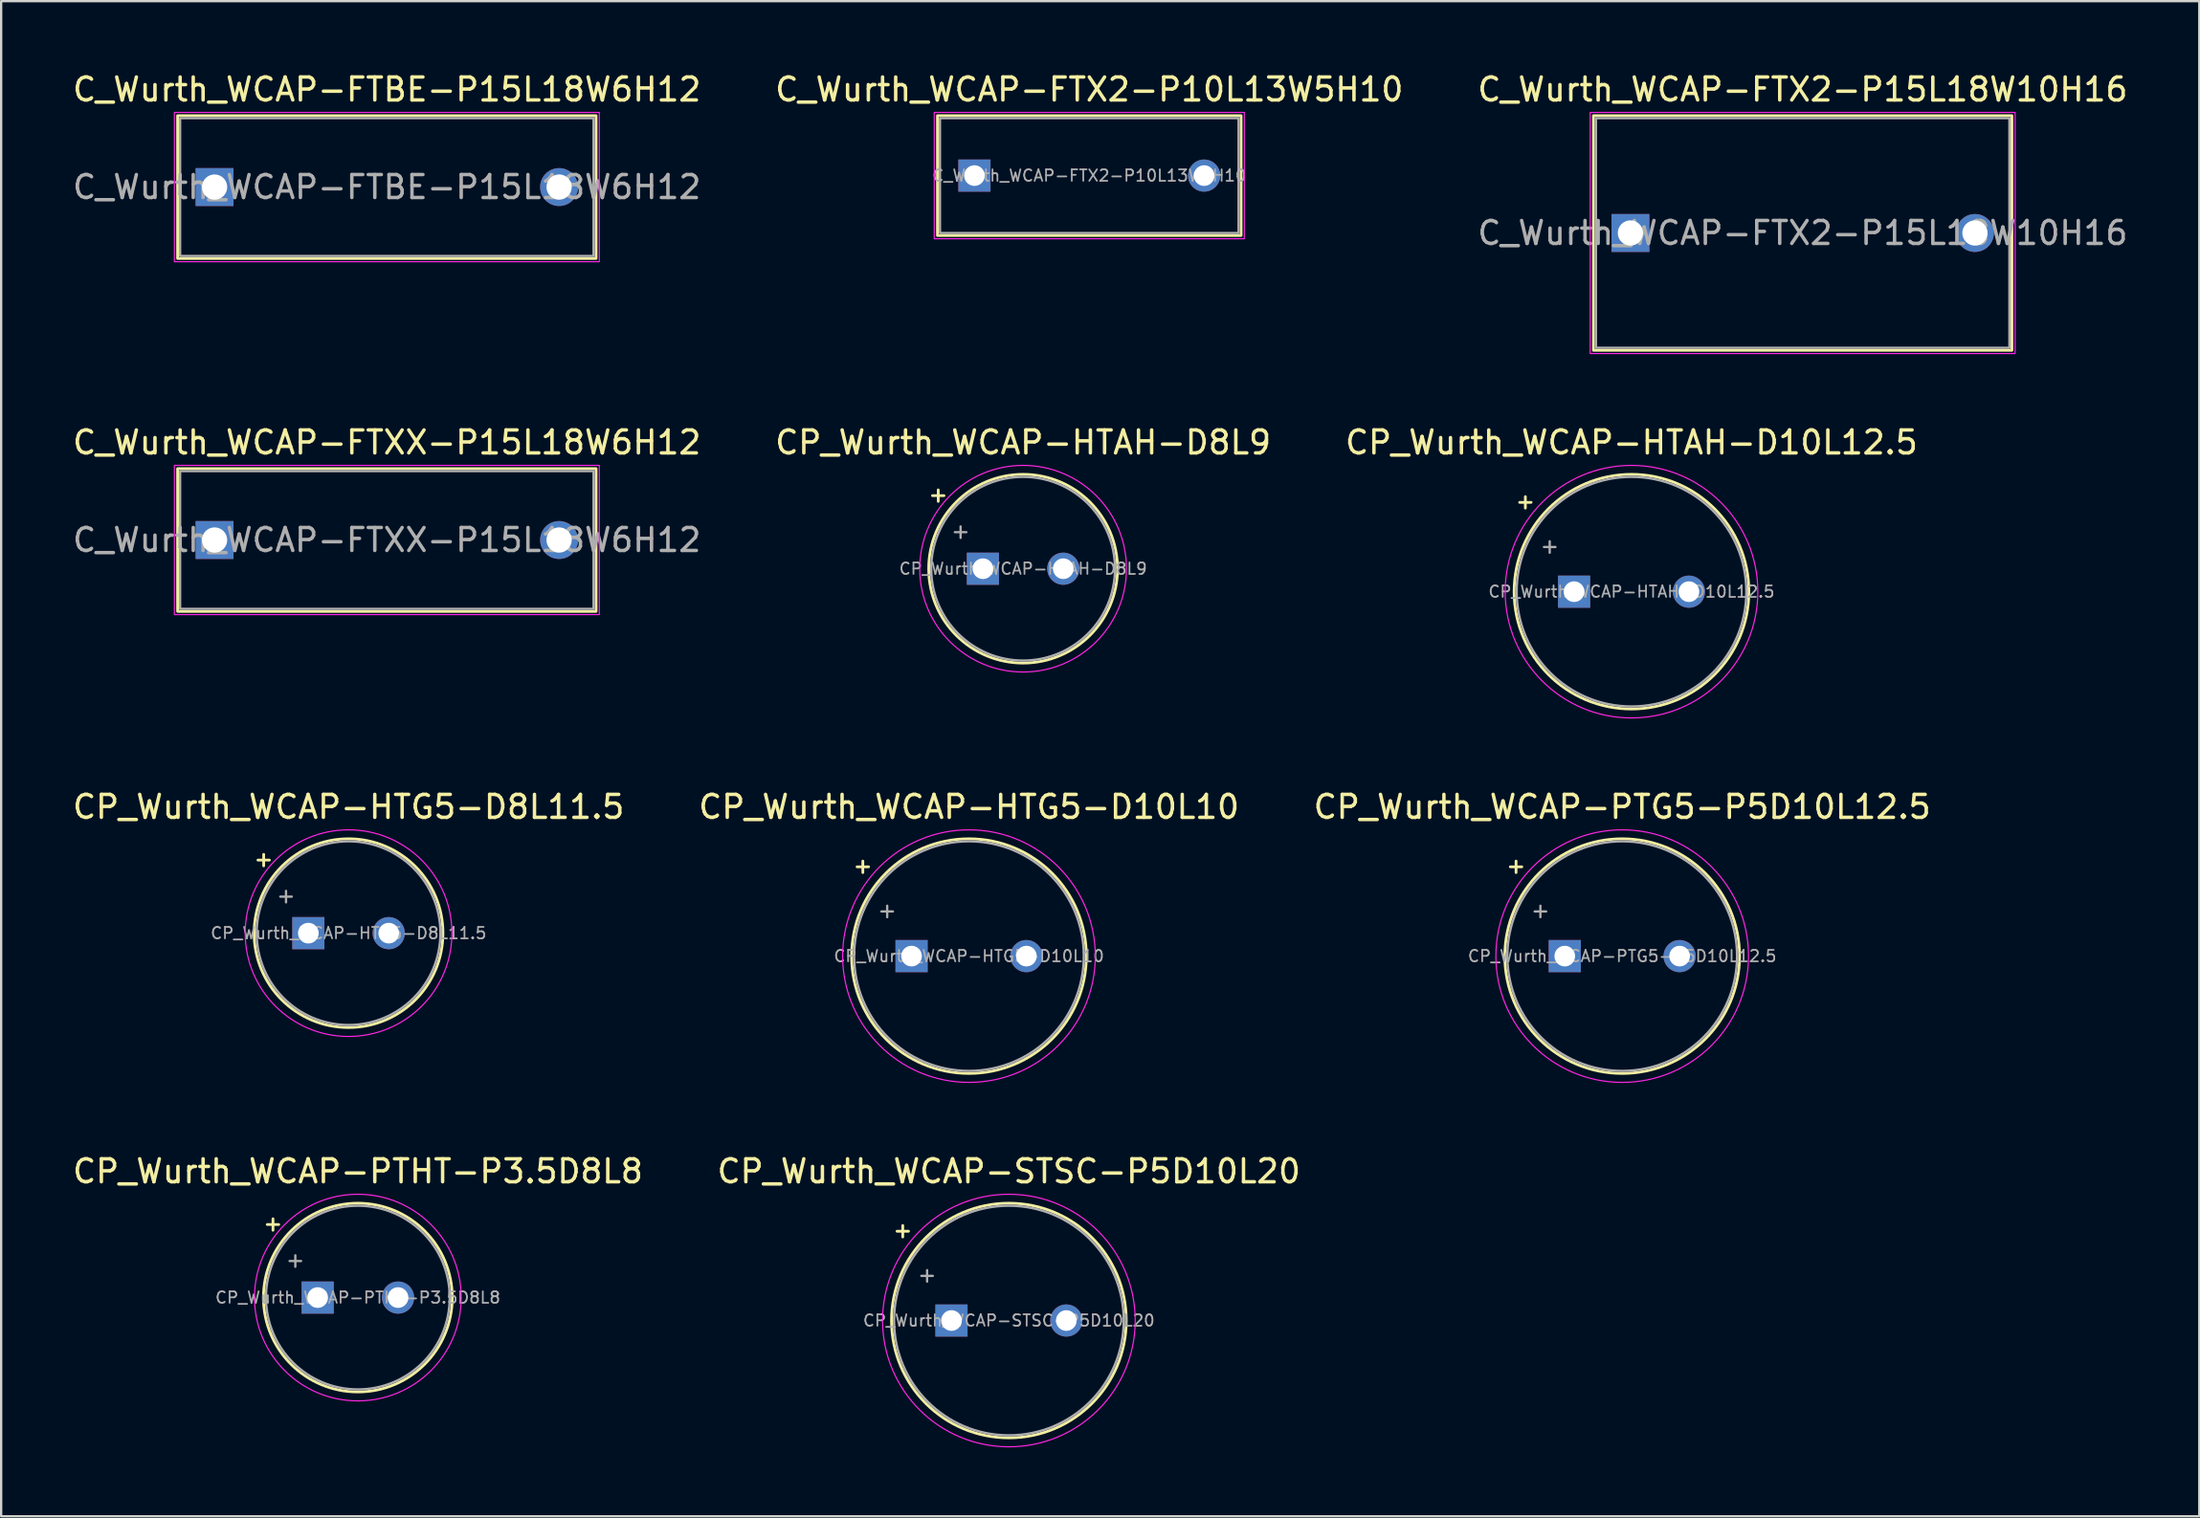
<source format=kicad_pcb>
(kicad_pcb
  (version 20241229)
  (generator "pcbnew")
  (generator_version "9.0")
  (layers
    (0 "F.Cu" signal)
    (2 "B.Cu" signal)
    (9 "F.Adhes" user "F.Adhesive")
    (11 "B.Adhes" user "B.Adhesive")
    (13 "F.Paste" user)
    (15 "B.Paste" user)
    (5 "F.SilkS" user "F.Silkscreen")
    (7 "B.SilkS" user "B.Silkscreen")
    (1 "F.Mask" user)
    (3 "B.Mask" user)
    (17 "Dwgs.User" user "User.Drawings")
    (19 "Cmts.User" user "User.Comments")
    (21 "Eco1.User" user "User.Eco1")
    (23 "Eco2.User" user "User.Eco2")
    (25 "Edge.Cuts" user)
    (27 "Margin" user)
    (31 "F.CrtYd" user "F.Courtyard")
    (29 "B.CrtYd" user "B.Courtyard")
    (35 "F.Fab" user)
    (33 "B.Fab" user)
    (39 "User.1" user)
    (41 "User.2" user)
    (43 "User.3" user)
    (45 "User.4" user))
  (footprint "CP_Wurth_WCAP-PTHT-P3.5D8L8"
    (layer "F.Cu")
    (at 10.78 53.468)
    (property "Reference" "CP_Wurth_WCAP-PTHT-P3.5D8L8" (at 1.75 -5.5 0) (unlocked yes) (layer "F.SilkS") (effects (font (size 1 1) (thickness 0.15))))
    (attr through_hole)
    (fp_line (start -2.195 -3.182) (end -1.695 -3.182) (stroke (width 0.12) (type solid)) (layer "F.SilkS"))
    (fp_line (start -1.945 -2.932) (end -1.945 -3.432) (stroke (width 0.12) (type solid)) (layer "F.SilkS"))
    (fp_circle (center 1.75 0) (end 5.86 0) (stroke (width 0.12) (type solid)) (fill no) (layer "F.SilkS"))
    (fp_circle (center 1.75 0) (end 6.25 0) (stroke (width 0.05) (type solid)) (fill no) (layer "F.CrtYd"))
    (fp_line (start -1.222 -1.591) (end -0.722 -1.591) (stroke (width 0.1) (type default)) (layer "F.Fab"))
    (fp_line (start -0.972 -1.341) (end -0.972 -1.841) (stroke (width 0.1) (type default)) (layer "F.Fab"))
    (fp_circle (center 1.75 0) (end 5.75 0) (stroke (width 0.1) (type solid)) (fill no) (layer "F.Fab"))
    (fp_text user "${REFERENCE}" (at 1.75 0 0) (unlocked yes) (layer "F.Fab") (effects (font (size 0.5 0.5) (thickness 0.075))))
    (pad "1" thru_hole rect (at 0 0) (size 1.4 1.4) (drill 0.9) (layers "*.Cu" "*.Mask"))
    (pad "2" thru_hole circle (at 3.5 0) (size 1.4 1.4) (drill 0.9) (layers "*.Cu" "*.Mask")))
  (footprint "CP_Wurth_WCAP-HTG5-D8L11.5"
    (layer "F.Cu")
    (at 10.375 37.595)
    (property "Reference" "CP_Wurth_WCAP-HTG5-D8L11.5" (at 1.75 -5.5 0) (unlocked yes) (layer "F.SilkS") (effects (font (size 1 1) (thickness 0.15))))
    (attr through_hole)
    (fp_line (start -2.195 -3.182) (end -1.695 -3.182) (stroke (width 0.12) (type solid)) (layer "F.SilkS"))
    (fp_line (start -1.945 -2.932) (end -1.945 -3.432) (stroke (width 0.12) (type solid)) (layer "F.SilkS"))
    (fp_circle (center 1.75 0) (end 5.86 0) (stroke (width 0.12) (type solid)) (fill no) (layer "F.SilkS"))
    (fp_circle (center 1.75 0) (end 6.25 0) (stroke (width 0.05) (type solid)) (fill no) (layer "F.CrtYd"))
    (fp_line (start -1.222 -1.591) (end -0.722 -1.591) (stroke (width 0.1) (type default)) (layer "F.Fab"))
    (fp_line (start -0.972 -1.341) (end -0.972 -1.841) (stroke (width 0.1) (type default)) (layer "F.Fab"))
    (fp_circle (center 1.75 0) (end 5.75 0) (stroke (width 0.1) (type solid)) (fill no) (layer "F.Fab"))
    (fp_text user "${REFERENCE}" (at 1.75 0 0) (unlocked yes) (layer "F.Fab") (effects (font (size 0.5 0.5) (thickness 0.075))))
    (pad "1" thru_hole rect (at 0 0) (size 1.4 1.4) (drill 0.9) (layers "*.Cu" "*.Mask"))
    (pad "2" thru_hole circle (at 3.5 0) (size 1.4 1.4) (drill 0.9) (layers "*.Cu" "*.Mask")))
  (footprint "CP_Wurth_WCAP-STSC-P5D10L20"
    (layer "F.Cu")
    (at 38.375 54.468)
    (property "Reference" "CP_Wurth_WCAP-STSC-P5D10L20" (at 2.5 -6.5 0) (unlocked yes) (layer "F.SilkS") (effects (font (size 1 1) (thickness 0.15))))
    (attr through_hole)
    (fp_line (start -2.371 -3.889) (end -1.871 -3.889) (stroke (width 0.12) (type solid)) (layer "F.SilkS"))
    (fp_line (start -2.121 -3.639) (end -2.121 -4.139) (stroke (width 0.12) (type solid)) (layer "F.SilkS"))
    (fp_circle (center 2.5 0) (end 7.61 0) (stroke (width 0.12) (type solid)) (fill no) (layer "F.SilkS"))
    (fp_circle (center 2.5 0) (end 8 0) (stroke (width 0.05) (type solid)) (fill no) (layer "F.CrtYd"))
    (fp_line (start -1.311 -1.945) (end -0.811 -1.945) (stroke (width 0.1) (type default)) (layer "F.Fab"))
    (fp_line (start -1.061 -1.695) (end -1.061 -2.195) (stroke (width 0.1) (type default)) (layer "F.Fab"))
    (fp_circle (center 2.5 0) (end 7.5 0) (stroke (width 0.1) (type solid)) (fill no) (layer "F.Fab"))
    (fp_text user "${REFERENCE}" (at 2.5 0 0) (unlocked yes) (layer "F.Fab") (effects (font (size 0.5 0.5) (thickness 0.075))))
    (pad "1" thru_hole rect (at 0 0) (size 1.4 1.4) (drill 0.9) (layers "*.Cu" "*.Mask"))
    (pad "2" thru_hole circle (at 5 0) (size 1.4 1.4) (drill 0.9) (layers "*.Cu" "*.Mask")))
  (footprint "C_Wurth_WCAP-FTXX-P15L18W6H12"
    (layer "F.Cu")
    (at 6.292 20.471)
    (property "Reference" "C_Wurth_WCAP-FTXX-P15L18W6H12" (at 7.5 -4.25 0) (unlocked yes) (layer "F.SilkS") (effects (font (size 1 1) (thickness 0.15))))
    (attr through_hole)
    (fp_rect (start -1.61 -3.11) (end 16.61 3.11) (stroke (width 0.12) (type solid)) (fill no) (layer "F.SilkS"))
    (fp_rect (start -1.75 -3.25) (end 16.75 3.25) (stroke (width 0.05) (type solid)) (fill no) (layer "F.CrtYd"))
    (fp_rect (start -1.5 -3) (end 16.5 3) (stroke (width 0.1) (type solid)) (fill no) (layer "F.Fab"))
    (fp_text user "${REFERENCE}" (at 7.5 0 0) (unlocked yes) (layer "F.Fab") (effects (font (size 1 1) (thickness 0.15))))
    (pad "1" thru_hole rect (at 0 0) (size 1.65 1.65) (drill 1.1) (layers "*.Cu" "*.Mask"))
    (pad "2" thru_hole circle (at 15 0) (size 1.65 1.65) (drill 1.1) (layers "*.Cu" "*.Mask")))
  (footprint "CP_Wurth_WCAP-HTAH-D8L9"
    (layer "F.Cu")
    (at 39.744 21.721)
    (property "Reference" "CP_Wurth_WCAP-HTAH-D8L9" (at 1.75 -5.5 0) (unlocked yes) (layer "F.SilkS") (effects (font (size 1 1) (thickness 0.15))))
    (attr through_hole)
    (fp_line (start -2.195 -3.182) (end -1.695 -3.182) (stroke (width 0.12) (type solid)) (layer "F.SilkS"))
    (fp_line (start -1.945 -2.932) (end -1.945 -3.432) (stroke (width 0.12) (type solid)) (layer "F.SilkS"))
    (fp_circle (center 1.75 0) (end 5.86 0) (stroke (width 0.12) (type solid)) (fill no) (layer "F.SilkS"))
    (fp_circle (center 1.75 0) (end 6.25 0) (stroke (width 0.05) (type solid)) (fill no) (layer "F.CrtYd"))
    (fp_line (start -1.222 -1.591) (end -0.722 -1.591) (stroke (width 0.1) (type default)) (layer "F.Fab"))
    (fp_line (start -0.972 -1.341) (end -0.972 -1.841) (stroke (width 0.1) (type default)) (layer "F.Fab"))
    (fp_circle (center 1.75 0) (end 5.75 0) (stroke (width 0.1) (type solid)) (fill no) (layer "F.Fab"))
    (fp_text user "${REFERENCE}" (at 1.75 0 0) (unlocked yes) (layer "F.Fab") (effects (font (size 0.5 0.5) (thickness 0.075))))
    (pad "1" thru_hole rect (at 0 0) (size 1.4 1.4) (drill 0.9) (layers "*.Cu" "*.Mask"))
    (pad "2" thru_hole circle (at 3.5 0) (size 1.4 1.4) (drill 0.9) (layers "*.Cu" "*.Mask")))
  (footprint "CP_Wurth_WCAP-HTG5-D10L10"
    (layer "F.Cu")
    (at 36.637 38.595)
    (property "Reference" "CP_Wurth_WCAP-HTG5-D10L10" (at 2.5 -6.5 0) (unlocked yes) (layer "F.SilkS") (effects (font (size 1 1) (thickness 0.15))))
    (attr through_hole)
    (fp_line (start -2.371 -3.889) (end -1.871 -3.889) (stroke (width 0.12) (type solid)) (layer "F.SilkS"))
    (fp_line (start -2.121 -3.639) (end -2.121 -4.139) (stroke (width 0.12) (type solid)) (layer "F.SilkS"))
    (fp_circle (center 2.5 0) (end 7.61 0) (stroke (width 0.12) (type solid)) (fill no) (layer "F.SilkS"))
    (fp_circle (center 2.5 0) (end 8 0) (stroke (width 0.05) (type solid)) (fill no) (layer "F.CrtYd"))
    (fp_line (start -1.311 -1.945) (end -0.811 -1.945) (stroke (width 0.1) (type default)) (layer "F.Fab"))
    (fp_line (start -1.061 -1.695) (end -1.061 -2.195) (stroke (width 0.1) (type default)) (layer "F.Fab"))
    (fp_circle (center 2.5 0) (end 7.5 0) (stroke (width 0.1) (type solid)) (fill no) (layer "F.Fab"))
    (fp_text user "${REFERENCE}" (at 2.5 0 0) (unlocked yes) (layer "F.Fab") (effects (font (size 0.5 0.5) (thickness 0.075))))
    (pad "1" thru_hole rect (at 0 0) (size 1.4 1.4) (drill 0.9) (layers "*.Cu" "*.Mask"))
    (pad "2" thru_hole circle (at 5 0) (size 1.4 1.4) (drill 0.9) (layers "*.Cu" "*.Mask")))
  (footprint "CP_Wurth_WCAP-PTG5-P5D10L12.5"
    (layer "F.Cu")
    (at 65.077 38.595)
    (property "Reference" "CP_Wurth_WCAP-PTG5-P5D10L12.5" (at 2.5 -6.5 0) (unlocked yes) (layer "F.SilkS") (effects (font (size 1 1) (thickness 0.15))))
    (attr through_hole)
    (fp_line (start -2.371 -3.889) (end -1.871 -3.889) (stroke (width 0.12) (type solid)) (layer "F.SilkS"))
    (fp_line (start -2.121 -3.639) (end -2.121 -4.139) (stroke (width 0.12) (type solid)) (layer "F.SilkS"))
    (fp_circle (center 2.5 0) (end 7.61 0) (stroke (width 0.12) (type solid)) (fill no) (layer "F.SilkS"))
    (fp_circle (center 2.5 0) (end 8 0) (stroke (width 0.05) (type solid)) (fill no) (layer "F.CrtYd"))
    (fp_line (start -1.311 -1.945) (end -0.811 -1.945) (stroke (width 0.1) (type default)) (layer "F.Fab"))
    (fp_line (start -1.061 -1.695) (end -1.061 -2.195) (stroke (width 0.1) (type default)) (layer "F.Fab"))
    (fp_circle (center 2.5 0) (end 7.5 0) (stroke (width 0.1) (type solid)) (fill no) (layer "F.Fab"))
    (fp_text user "${REFERENCE}" (at 2.5 0 0) (unlocked yes) (layer "F.Fab") (effects (font (size 0.5 0.5) (thickness 0.075))))
    (pad "1" thru_hole rect (at 0 0) (size 1.4 1.4) (drill 0.9) (layers "*.Cu" "*.Mask"))
    (pad "2" thru_hole circle (at 5 0) (size 1.4 1.4) (drill 0.9) (layers "*.Cu" "*.Mask")))
  (footprint "C_Wurth_WCAP-FTX2-P15L18W10H16"
    (layer "F.Cu")
    (at 67.935 7.098)
    (property "Reference" "C_Wurth_WCAP-FTX2-P15L18W10H16" (at 7.5 -6.25 0) (unlocked yes) (layer "F.SilkS") (effects (font (size 1 1) (thickness 0.15))))
    (attr through_hole)
    (fp_rect (start -1.61 -5.11) (end 16.61 5.11) (stroke (width 0.12) (type solid)) (fill no) (layer "F.SilkS"))
    (fp_rect (start -1.75 -5.25) (end 16.75 5.25) (stroke (width 0.05) (type solid)) (fill no) (layer "F.CrtYd"))
    (fp_rect (start -1.5 -5) (end 16.5 5) (stroke (width 0.1) (type solid)) (fill no) (layer "F.Fab"))
    (fp_text user "${REFERENCE}" (at 7.5 0 0) (unlocked yes) (layer "F.Fab") (effects (font (size 1 1) (thickness 0.15))))
    (pad "1" thru_hole rect (at 0 0) (size 1.65 1.65) (drill 1.1) (layers "*.Cu" "*.Mask"))
    (pad "2" thru_hole circle (at 15 0) (size 1.65 1.65) (drill 1.1) (layers "*.Cu" "*.Mask")))
  (footprint "C_Wurth_WCAP-FTBE-P15L18W6H12"
    (layer "F.Cu")
    (at 6.292 5.098)
    (property "Reference" "C_Wurth_WCAP-FTBE-P15L18W6H12" (at 7.5 -4.25 0) (unlocked yes) (layer "F.SilkS") (effects (font (size 1 1) (thickness 0.15))))
    (attr through_hole)
    (fp_rect (start -1.61 -3.11) (end 16.61 3.11) (stroke (width 0.12) (type solid)) (fill no) (layer "F.SilkS"))
    (fp_rect (start -1.75 -3.25) (end 16.75 3.25) (stroke (width 0.05) (type solid)) (fill no) (layer "F.CrtYd"))
    (fp_rect (start -1.5 -3) (end 16.5 3) (stroke (width 0.1) (type solid)) (fill no) (layer "F.Fab"))
    (fp_text user "${REFERENCE}" (at 7.5 0 0) (unlocked yes) (layer "F.Fab") (effects (font (size 1 1) (thickness 0.15))))
    (pad "1" thru_hole rect (at 0 0) (size 1.65 1.65) (drill 1.1) (layers "*.Cu" "*.Mask"))
    (pad "2" thru_hole circle (at 15 0) (size 1.65 1.65) (drill 1.1) (layers "*.Cu" "*.Mask")))
  (footprint "C_Wurth_WCAP-FTX2-P10L13W5H10"
    (layer "F.Cu")
    (at 39.375 4.598)
    (property "Reference" "C_Wurth_WCAP-FTX2-P10L13W5H10" (at 5 -3.75 0) (unlocked yes) (layer "F.SilkS") (effects (font (size 1 1) (thickness 0.15))))
    (attr through_hole)
    (fp_rect (start -1.61 -2.61) (end 11.61 2.61) (stroke (width 0.12) (type solid)) (fill no) (layer "F.SilkS"))
    (fp_rect (start -1.75 -2.75) (end 11.75 2.75) (stroke (width 0.05) (type solid)) (fill no) (layer "F.CrtYd"))
    (fp_rect (start -1.5 -2.5) (end 11.5 2.5) (stroke (width 0.1) (type solid)) (fill no) (layer "F.Fab"))
    (fp_text user "${REFERENCE}" (at 5 0 0) (unlocked yes) (layer "F.Fab") (effects (font (size 0.5 0.5) (thickness 0.075))))
    (pad "1" thru_hole rect (at 0 0) (size 1.4 1.4) (drill 0.9) (layers "*.Cu" "*.Mask"))
    (pad "2" thru_hole circle (at 10 0) (size 1.4 1.4) (drill 0.9) (layers "*.Cu" "*.Mask")))
  (footprint "CP_Wurth_WCAP-HTAH-D10L12.5"
    (layer "F.Cu")
    (at 65.482 22.721)
    (property "Reference" "CP_Wurth_WCAP-HTAH-D10L12.5" (at 2.5 -6.5 0) (unlocked yes) (layer "F.SilkS") (effects (font (size 1 1) (thickness 0.15))))
    (attr through_hole)
    (fp_line (start -2.371 -3.889) (end -1.871 -3.889) (stroke (width 0.12) (type solid)) (layer "F.SilkS"))
    (fp_line (start -2.121 -3.639) (end -2.121 -4.139) (stroke (width 0.12) (type solid)) (layer "F.SilkS"))
    (fp_circle (center 2.5 0) (end 7.61 0) (stroke (width 0.12) (type solid)) (fill no) (layer "F.SilkS"))
    (fp_circle (center 2.5 0) (end 8 0) (stroke (width 0.05) (type solid)) (fill no) (layer "F.CrtYd"))
    (fp_line (start -1.311 -1.945) (end -0.811 -1.945) (stroke (width 0.1) (type default)) (layer "F.Fab"))
    (fp_line (start -1.061 -1.695) (end -1.061 -2.195) (stroke (width 0.1) (type default)) (layer "F.Fab"))
    (fp_circle (center 2.5 0) (end 7.5 0) (stroke (width 0.1) (type solid)) (fill no) (layer "F.Fab"))
    (fp_text user "${REFERENCE}" (at 2.5 0 0) (unlocked yes) (layer "F.Fab") (effects (font (size 0.5 0.5) (thickness 0.075))))
    (pad "1" thru_hole rect (at 0 0) (size 1.4 1.4) (drill 0.9) (layers "*.Cu" "*.Mask"))
    (pad "2" thru_hole circle (at 5 0) (size 1.4 1.4) (drill 0.9) (layers "*.Cu" "*.Mask")))
  (gr_rect
    (start -3 -3)
    (end 92.702 62.993)
    (stroke (width 0.1) (type default))
    (fill no)
    (layer "Edge.Cuts")))
</source>
